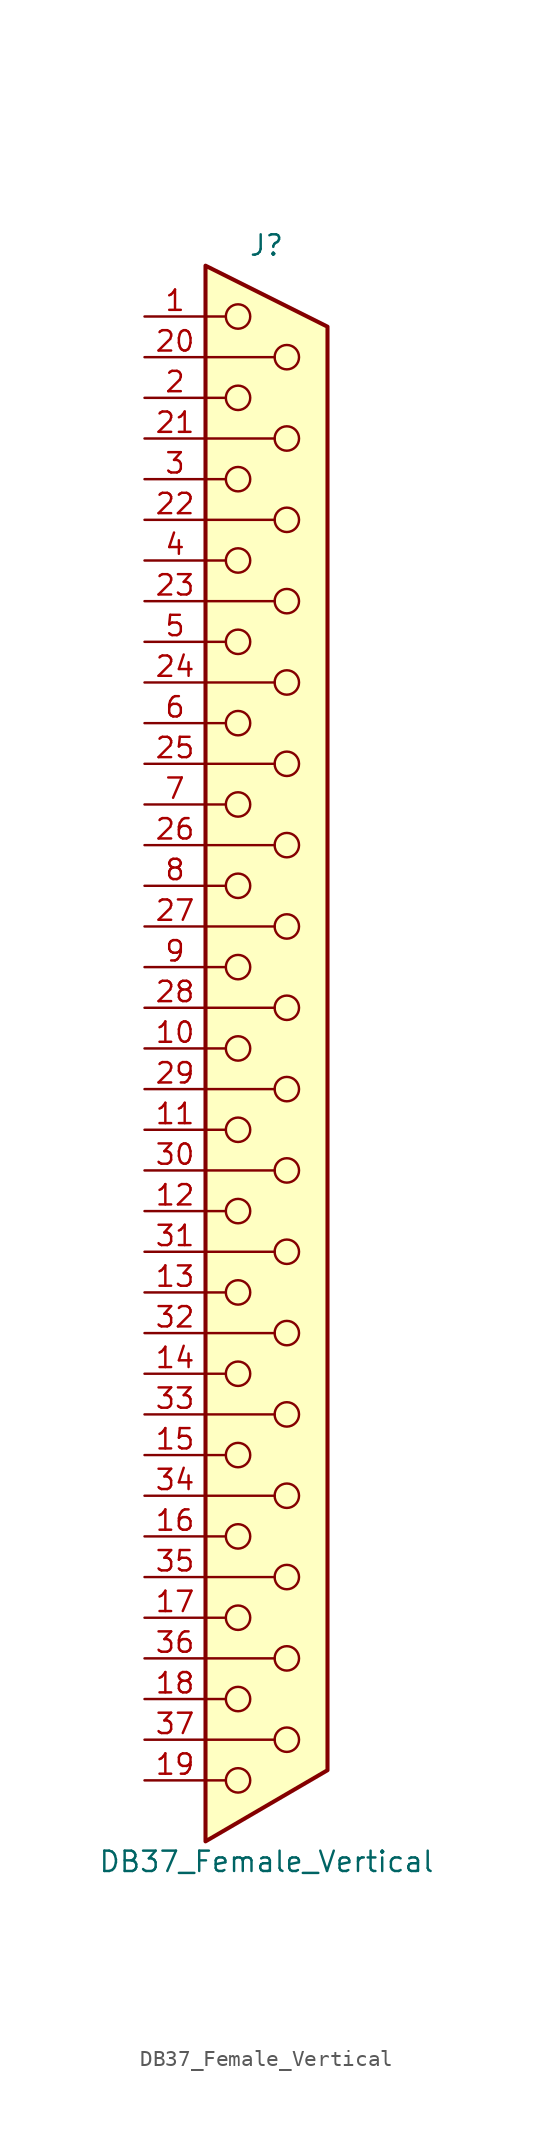
<source format=kicad_sym>
(kicad_symbol_lib
  (version 20211014)
  (generator kicad_symbol_editor)
  (symbol "DB37_Female_Vertical"
    (pin_names
      (offset 1.016) hide)
    (property "Reference" "J"
      (at 0 50.165 0)
      (effects (font (size 1.27 1.27))))
    (property "Value" "DB37_Female_Vertical"
      (at 0 -50.8 0)
      (effects (font (size 1.27 1.27))))
    (symbol "DB37_Female_Vertical_0_1"
      (circle (center -1.778 -45.72) (radius 0.762) (stroke (width 0) (type default) (color 0 0 0 0)) (fill (type none)))
      (circle (center -1.778 -40.64) (radius 0.762) (stroke (width 0) (type default) (color 0 0 0 0)) (fill (type none)))
      (circle (center -1.778 -35.56) (radius 0.762) (stroke (width 0) (type default) (color 0 0 0 0)) (fill (type none)))
      (circle (center -1.778 -30.48) (radius 0.762) (stroke (width 0) (type default) (color 0 0 0 0)) (fill (type none)))
      (circle (center -1.778 -25.4) (radius 0.762) (stroke (width 0) (type default) (color 0 0 0 0)) (fill (type none)))
      (circle (center -1.778 -20.32) (radius 0.762) (stroke (width 0) (type default) (color 0 0 0 0)) (fill (type none)))
      (circle (center -1.778 -15.24) (radius 0.762) (stroke (width 0) (type default) (color 0 0 0 0)) (fill (type none)))
      (circle (center -1.778 -10.16) (radius 0.762) (stroke (width 0) (type default) (color 0 0 0 0)) (fill (type none)))
      (circle (center -1.778 -5.08) (radius 0.762) (stroke (width 0) (type default) (color 0 0 0 0)) (fill (type none)))
      (circle (center -1.778 0) (radius 0.762) (stroke (width 0) (type default) (color 0 0 0 0)) (fill (type none)))
      (circle (center -1.778 5.08) (radius 0.762) (stroke (width 0) (type default) (color 0 0 0 0)) (fill (type none)))
      (circle (center -1.778 10.16) (radius 0.762) (stroke (width 0) (type default) (color 0 0 0 0)) (fill (type none)))
      (circle (center -1.778 15.24) (radius 0.762) (stroke (width 0) (type default) (color 0 0 0 0)) (fill (type none)))
      (circle (center -1.778 20.32) (radius 0.762) (stroke (width 0) (type default) (color 0 0 0 0)) (fill (type none)))
      (circle (center -1.778 25.4) (radius 0.762) (stroke (width 0) (type default) (color 0 0 0 0)) (fill (type none)))
      (circle (center -1.778 30.48) (radius 0.762) (stroke (width 0) (type default) (color 0 0 0 0)) (fill (type none)))
      (circle (center -1.778 35.56) (radius 0.762) (stroke (width 0) (type default) (color 0 0 0 0)) (fill (type none)))
      (circle (center -1.778 40.64) (radius 0.762) (stroke (width 0) (type default) (color 0 0 0 0)) (fill (type none)))
      (circle (center -1.778 45.72) (radius 0.762) (stroke (width 0) (type default) (color 0 0 0 0)) (fill (type none)))
      (polyline (pts (xy -3.81 -45.72) (xy -2.54 -45.72)) (stroke (width 0) (type default) (color 0 0 0 0)) (fill (type none)))
      (polyline (pts (xy -3.81 -43.18) (xy 0.508 -43.18)) (stroke (width 0) (type default) (color 0 0 0 0)) (fill (type none)))
      (polyline (pts (xy -3.81 -40.64) (xy -2.54 -40.64)) (stroke (width 0) (type default) (color 0 0 0 0)) (fill (type none)))
      (polyline (pts (xy -3.81 -38.1) (xy 0.508 -38.1)) (stroke (width 0) (type default) (color 0 0 0 0)) (fill (type none)))
      (polyline (pts (xy -3.81 -35.56) (xy -2.54 -35.56)) (stroke (width 0) (type default) (color 0 0 0 0)) (fill (type none)))
      (polyline (pts (xy -3.81 -33.02) (xy 0.508 -33.02)) (stroke (width 0) (type default) (color 0 0 0 0)) (fill (type none)))
      (polyline (pts (xy -3.81 -30.48) (xy -2.54 -30.48)) (stroke (width 0) (type default) (color 0 0 0 0)) (fill (type none)))
      (polyline (pts (xy -3.81 -27.94) (xy 0.508 -27.94)) (stroke (width 0) (type default) (color 0 0 0 0)) (fill (type none)))
      (polyline (pts (xy -3.81 -25.4) (xy -2.54 -25.4)) (stroke (width 0) (type default) (color 0 0 0 0)) (fill (type none)))
      (polyline (pts (xy -3.81 -22.86) (xy 0.508 -22.86)) (stroke (width 0) (type default) (color 0 0 0 0)) (fill (type none)))
      (polyline (pts (xy -3.81 -20.32) (xy -2.54 -20.32)) (stroke (width 0) (type default) (color 0 0 0 0)) (fill (type none)))
      (polyline (pts (xy -3.81 -17.78) (xy 0.508 -17.78)) (stroke (width 0) (type default) (color 0 0 0 0)) (fill (type none)))
      (polyline (pts (xy -3.81 -15.24) (xy -2.54 -15.24)) (stroke (width 0) (type default) (color 0 0 0 0)) (fill (type none)))
      (polyline (pts (xy -3.81 -12.7) (xy 0.508 -12.7)) (stroke (width 0) (type default) (color 0 0 0 0)) (fill (type none)))
      (polyline (pts (xy -3.81 -10.16) (xy -2.54 -10.16)) (stroke (width 0) (type default) (color 0 0 0 0)) (fill (type none)))
      (polyline (pts (xy -3.81 -7.62) (xy 0.508 -7.62)) (stroke (width 0) (type default) (color 0 0 0 0)) (fill (type none)))
      (polyline (pts (xy -3.81 -5.08) (xy -2.54 -5.08)) (stroke (width 0) (type default) (color 0 0 0 0)) (fill (type none)))
      (polyline (pts (xy -3.81 -2.54) (xy 0.508 -2.54)) (stroke (width 0) (type default) (color 0 0 0 0)) (fill (type none)))
      (polyline (pts (xy -3.81 0) (xy -2.54 0)) (stroke (width 0) (type default) (color 0 0 0 0)) (fill (type none)))
      (polyline (pts (xy -3.81 2.54) (xy 0.508 2.54)) (stroke (width 0) (type default) (color 0 0 0 0)) (fill (type none)))
      (polyline (pts (xy -3.81 5.08) (xy -2.54 5.08)) (stroke (width 0) (type default) (color 0 0 0 0)) (fill (type none)))
      (polyline (pts (xy -3.81 7.62) (xy 0.508 7.62)) (stroke (width 0) (type default) (color 0 0 0 0)) (fill (type none)))
      (polyline (pts (xy -3.81 10.16) (xy -2.54 10.16)) (stroke (width 0) (type default) (color 0 0 0 0)) (fill (type none)))
      (polyline (pts (xy -3.81 12.7) (xy 0.508 12.7)) (stroke (width 0) (type default) (color 0 0 0 0)) (fill (type none)))
      (polyline (pts (xy -3.81 15.24) (xy -2.54 15.24)) (stroke (width 0) (type default) (color 0 0 0 0)) (fill (type none)))
      (polyline (pts (xy -3.81 17.78) (xy 0.508 17.78)) (stroke (width 0) (type default) (color 0 0 0 0)) (fill (type none)))
      (polyline (pts (xy -3.81 20.32) (xy -2.54 20.32)) (stroke (width 0) (type default) (color 0 0 0 0)) (fill (type none)))
      (polyline (pts (xy -3.81 22.86) (xy 0.508 22.86)) (stroke (width 0) (type default) (color 0 0 0 0)) (fill (type none)))
      (polyline (pts (xy -3.81 25.4) (xy -2.54 25.4)) (stroke (width 0) (type default) (color 0 0 0 0)) (fill (type none)))
      (polyline (pts (xy -3.81 27.94) (xy 0.508 27.94)) (stroke (width 0) (type default) (color 0 0 0 0)) (fill (type none)))
      (polyline (pts (xy -3.81 30.48) (xy -2.54 30.48)) (stroke (width 0) (type default) (color 0 0 0 0)) (fill (type none)))
      (polyline (pts (xy -3.81 33.02) (xy 0.508 33.02)) (stroke (width 0) (type default) (color 0 0 0 0)) (fill (type none)))
      (polyline (pts (xy -3.81 35.56) (xy -2.54 35.56)) (stroke (width 0) (type default) (color 0 0 0 0)) (fill (type none)))
      (polyline (pts (xy -3.81 38.1) (xy 0.508 38.1)) (stroke (width 0) (type default) (color 0 0 0 0)) (fill (type none)))
      (polyline (pts (xy -3.81 40.64) (xy -2.54 40.64)) (stroke (width 0) (type default) (color 0 0 0 0)) (fill (type none)))
      (polyline (pts (xy -3.81 43.18) (xy 0.508 43.18)) (stroke (width 0) (type default) (color 0 0 0 0)) (fill (type none)))
      (polyline (pts (xy -3.81 45.72) (xy -2.54 45.72)) (stroke (width 0) (type default) (color 0 0 0 0)) (fill (type none)))
      (polyline (pts (xy -3.81 -49.53) (xy 3.81 -45.085) (xy 3.81 45.085) (xy -3.81 48.895) (xy -3.81 -49.53)) (stroke (width 0.254) (type default) (color 0 0 0 0)) (fill (type background)))
      (circle (center 1.27 -43.18) (radius 0.762) (stroke (width 0) (type default) (color 0 0 0 0)) (fill (type none)))
      (circle (center 1.27 -38.1) (radius 0.762) (stroke (width 0) (type default) (color 0 0 0 0)) (fill (type none)))
      (circle (center 1.27 -33.02) (radius 0.762) (stroke (width 0) (type default) (color 0 0 0 0)) (fill (type none)))
      (circle (center 1.27 -27.94) (radius 0.762) (stroke (width 0) (type default) (color 0 0 0 0)) (fill (type none)))
      (circle (center 1.27 -22.86) (radius 0.762) (stroke (width 0) (type default) (color 0 0 0 0)) (fill (type none)))
      (circle (center 1.27 -17.78) (radius 0.762) (stroke (width 0) (type default) (color 0 0 0 0)) (fill (type none)))
      (circle (center 1.27 -12.7) (radius 0.762) (stroke (width 0) (type default) (color 0 0 0 0)) (fill (type none)))
      (circle (center 1.27 -7.62) (radius 0.762) (stroke (width 0) (type default) (color 0 0 0 0)) (fill (type none)))
      (circle (center 1.27 -2.54) (radius 0.762) (stroke (width 0) (type default) (color 0 0 0 0)) (fill (type none)))
      (circle (center 1.27 2.54) (radius 0.762) (stroke (width 0) (type default) (color 0 0 0 0)) (fill (type none)))
      (circle (center 1.27 7.62) (radius 0.762) (stroke (width 0) (type default) (color 0 0 0 0)) (fill (type none)))
      (circle (center 1.27 12.7) (radius 0.762) (stroke (width 0) (type default) (color 0 0 0 0)) (fill (type none)))
      (circle (center 1.27 17.78) (radius 0.762) (stroke (width 0) (type default) (color 0 0 0 0)) (fill (type none)))
      (circle (center 1.27 22.86) (radius 0.762) (stroke (width 0) (type default) (color 0 0 0 0)) (fill (type none)))
      (circle (center 1.27 27.94) (radius 0.762) (stroke (width 0) (type default) (color 0 0 0 0)) (fill (type none)))
      (circle (center 1.27 33.02) (radius 0.762) (stroke (width 0) (type default) (color 0 0 0 0)) (fill (type none)))
      (circle (center 1.27 38.1) (radius 0.762) (stroke (width 0) (type default) (color 0 0 0 0)) (fill (type none)))
      (circle (center 1.27 43.18) (radius 0.762) (stroke (width 0) (type default) (color 0 0 0 0)) (fill (type none))))
    (symbol "DB37_Female_Vertical_1_1"
      (pin passive line (at -7.62 45.72 0) (length 3.81) (name "1" (effects (font (size 1.27 1.27)))) (number "1" (effects (font (size 1.27 1.27)))))
      (pin passive line (at -7.62 0 0) (length 3.81) (name "10" (effects (font (size 1.27 1.27)))) (number "10" (effects (font (size 1.27 1.27)))))
      (pin passive line (at -7.62 -5.08 0) (length 3.81) (name "11" (effects (font (size 1.27 1.27)))) (number "11" (effects (font (size 1.27 1.27)))))
      (pin passive line (at -7.62 -10.16 0) (length 3.81) (name "12" (effects (font (size 1.27 1.27)))) (number "12" (effects (font (size 1.27 1.27)))))
      (pin passive line (at -7.62 -15.24 0) (length 3.81) (name "13" (effects (font (size 1.27 1.27)))) (number "13" (effects (font (size 1.27 1.27)))))
      (pin passive line (at -7.62 -20.32 0) (length 3.81) (name "14" (effects (font (size 1.27 1.27)))) (number "14" (effects (font (size 1.27 1.27)))))
      (pin passive line (at -7.62 -25.4 0) (length 3.81) (name "15" (effects (font (size 1.27 1.27)))) (number "15" (effects (font (size 1.27 1.27)))))
      (pin passive line (at -7.62 -30.48 0) (length 3.81) (name "16" (effects (font (size 1.27 1.27)))) (number "16" (effects (font (size 1.27 1.27)))))
      (pin passive line (at -7.62 -35.56 0) (length 3.81) (name "17" (effects (font (size 1.27 1.27)))) (number "17" (effects (font (size 1.27 1.27)))))
      (pin passive line (at -7.62 -40.64 0) (length 3.81) (name "18" (effects (font (size 1.27 1.27)))) (number "18" (effects (font (size 1.27 1.27)))))
      (pin passive line (at -7.62 -45.72 0) (length 3.81) (name "19" (effects (font (size 1.27 1.27)))) (number "19" (effects (font (size 1.27 1.27)))))
      (pin passive line (at -7.62 40.64 0) (length 3.81) (name "2" (effects (font (size 1.27 1.27)))) (number "2" (effects (font (size 1.27 1.27)))))
      (pin passive line (at -7.62 43.18 0) (length 3.81) (name "20" (effects (font (size 1.27 1.27)))) (number "20" (effects (font (size 1.27 1.27)))))
      (pin passive line (at -7.62 38.1 0) (length 3.81) (name "21" (effects (font (size 1.27 1.27)))) (number "21" (effects (font (size 1.27 1.27)))))
      (pin passive line (at -7.62 33.02 0) (length 3.81) (name "22" (effects (font (size 1.27 1.27)))) (number "22" (effects (font (size 1.27 1.27)))))
      (pin passive line (at -7.62 27.94 0) (length 3.81) (name "23" (effects (font (size 1.27 1.27)))) (number "23" (effects (font (size 1.27 1.27)))))
      (pin passive line (at -7.62 22.86 0) (length 3.81) (name "24" (effects (font (size 1.27 1.27)))) (number "24" (effects (font (size 1.27 1.27)))))
      (pin passive line (at -7.62 17.78 0) (length 3.81) (name "25" (effects (font (size 1.27 1.27)))) (number "25" (effects (font (size 1.27 1.27)))))
      (pin passive line (at -7.62 12.7 0) (length 3.81) (name "26" (effects (font (size 1.27 1.27)))) (number "26" (effects (font (size 1.27 1.27)))))
      (pin passive line (at -7.62 7.62 0) (length 3.81) (name "27" (effects (font (size 1.27 1.27)))) (number "27" (effects (font (size 1.27 1.27)))))
      (pin passive line (at -7.62 2.54 0) (length 3.81) (name "28" (effects (font (size 1.27 1.27)))) (number "28" (effects (font (size 1.27 1.27)))))
      (pin passive line (at -7.62 -2.54 0) (length 3.81) (name "29" (effects (font (size 1.27 1.27)))) (number "29" (effects (font (size 1.27 1.27)))))
      (pin passive line (at -7.62 35.56 0) (length 3.81) (name "3" (effects (font (size 1.27 1.27)))) (number "3" (effects (font (size 1.27 1.27)))))
      (pin passive line (at -7.62 -7.62 0) (length 3.81) (name "30" (effects (font (size 1.27 1.27)))) (number "30" (effects (font (size 1.27 1.27)))))
      (pin passive line (at -7.62 -12.7 0) (length 3.81) (name "31" (effects (font (size 1.27 1.27)))) (number "31" (effects (font (size 1.27 1.27)))))
      (pin passive line (at -7.62 -17.78 0) (length 3.81) (name "32" (effects (font (size 1.27 1.27)))) (number "32" (effects (font (size 1.27 1.27)))))
      (pin passive line (at -7.62 -22.86 0) (length 3.81) (name "33" (effects (font (size 1.27 1.27)))) (number "33" (effects (font (size 1.27 1.27)))))
      (pin passive line (at -7.62 -27.94 0) (length 3.81) (name "34" (effects (font (size 1.27 1.27)))) (number "34" (effects (font (size 1.27 1.27)))))
      (pin passive line (at -7.62 -33.02 0) (length 3.81) (name "35" (effects (font (size 1.27 1.27)))) (number "35" (effects (font (size 1.27 1.27)))))
      (pin passive line (at -7.62 -38.1 0) (length 3.81) (name "36" (effects (font (size 1.27 1.27)))) (number "36" (effects (font (size 1.27 1.27)))))
      (pin passive line (at -7.62 -43.18 0) (length 3.81) (name "37" (effects (font (size 1.27 1.27)))) (number "37" (effects (font (size 1.27 1.27)))))
      (pin passive line (at -7.62 30.48 0) (length 3.81) (name "4" (effects (font (size 1.27 1.27)))) (number "4" (effects (font (size 1.27 1.27)))))
      (pin passive line (at -7.62 25.4 0) (length 3.81) (name "5" (effects (font (size 1.27 1.27)))) (number "5" (effects (font (size 1.27 1.27)))))
      (pin passive line (at -7.62 20.32 0) (length 3.81) (name "6" (effects (font (size 1.27 1.27)))) (number "6" (effects (font (size 1.27 1.27)))))
      (pin passive line (at -7.62 15.24 0) (length 3.81) (name "7" (effects (font (size 1.27 1.27)))) (number "7" (effects (font (size 1.27 1.27)))))
      (pin passive line (at -7.62 10.16 0) (length 3.81) (name "8" (effects (font (size 1.27 1.27)))) (number "8" (effects (font (size 1.27 1.27)))))
      (pin passive line (at -7.62 5.08 0) (length 3.81) (name "9" (effects (font (size 1.27 1.27)))) (number "9" (effects (font (size 1.27 1.27))))))))
</source>
